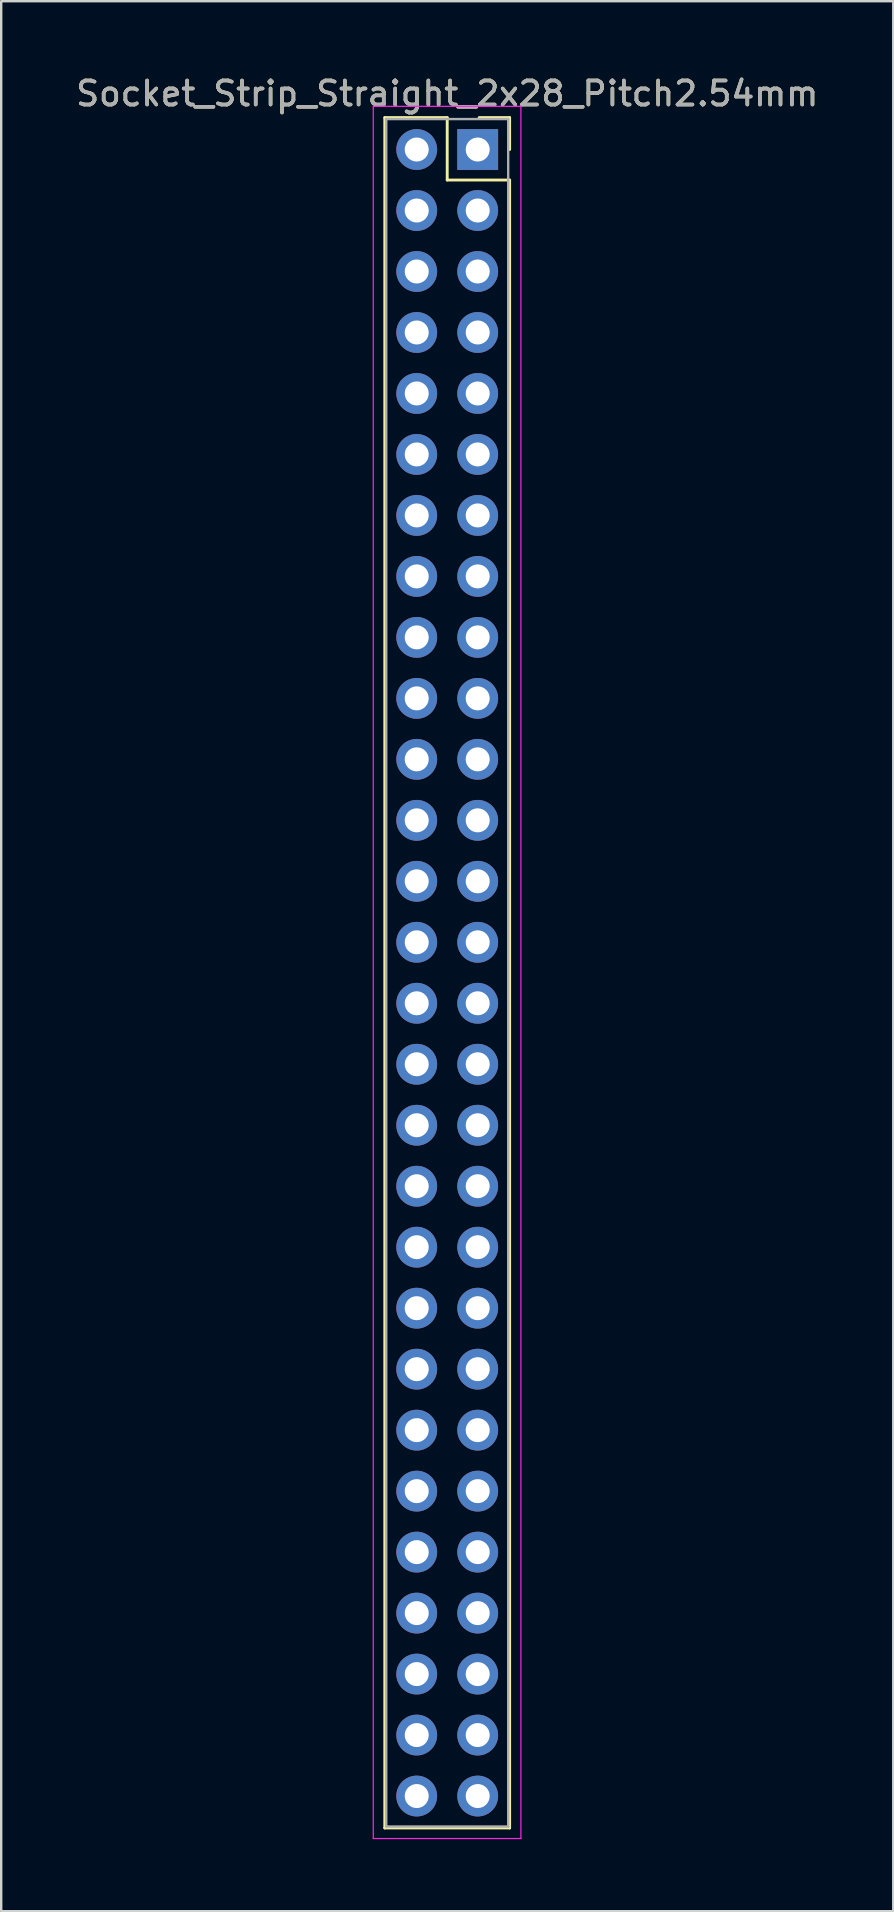
<source format=kicad_pcb>
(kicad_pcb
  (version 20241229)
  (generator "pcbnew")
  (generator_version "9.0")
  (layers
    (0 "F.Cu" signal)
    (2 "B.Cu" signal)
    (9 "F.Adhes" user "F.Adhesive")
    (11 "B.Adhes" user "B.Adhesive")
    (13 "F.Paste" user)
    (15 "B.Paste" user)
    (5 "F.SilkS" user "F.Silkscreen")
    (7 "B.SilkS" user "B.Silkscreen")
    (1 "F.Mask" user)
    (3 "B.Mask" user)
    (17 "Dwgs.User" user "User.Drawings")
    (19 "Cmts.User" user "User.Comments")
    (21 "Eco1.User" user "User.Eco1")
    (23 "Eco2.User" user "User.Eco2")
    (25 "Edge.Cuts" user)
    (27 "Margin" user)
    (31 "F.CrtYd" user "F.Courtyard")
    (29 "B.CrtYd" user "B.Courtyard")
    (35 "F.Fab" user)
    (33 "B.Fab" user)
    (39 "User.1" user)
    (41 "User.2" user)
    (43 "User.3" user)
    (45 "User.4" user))
  (footprint "Socket_Strip_Straight_2x28_Pitch2.54mm"
    (layer "F.Cu")
    (at 16.847 3.178)
    (property "Reference" "Socket_Strip_Straight_2x28_Pitch2.54mm" (at -1.27 -2.33 0) (layer "F.SilkS") (effects (font (size 1 1) (thickness 0.15))))
    (attr through_hole)
    (fp_line (start -3.87 -1.33) (end -1.27 -1.33) (stroke (width 0.12) (type solid)) (layer "F.SilkS"))
    (fp_line (start -3.87 69.91) (end -3.87 -1.33) (stroke (width 0.12) (type solid)) (layer "F.SilkS"))
    (fp_line (start -1.27 -1.33) (end -1.27 1.27) (stroke (width 0.12) (type solid)) (layer "F.SilkS"))
    (fp_line (start -1.27 1.27) (end 1.33 1.27) (stroke (width 0.12) (type solid)) (layer "F.SilkS"))
    (fp_line (start 1.33 -1.33) (end 0.06 -1.33) (stroke (width 0.12) (type solid)) (layer "F.SilkS"))
    (fp_line (start 1.33 0) (end 1.33 -1.33) (stroke (width 0.12) (type solid)) (layer "F.SilkS"))
    (fp_line (start 1.33 1.27) (end 1.33 69.91) (stroke (width 0.12) (type solid)) (layer "F.SilkS"))
    (fp_line (start 1.33 69.91) (end -3.87 69.91) (stroke (width 0.12) (type solid)) (layer "F.SilkS"))
    (fp_line (start -4.35 -1.8) (end -4.35 70.35) (stroke (width 0.05) (type solid)) (layer "F.CrtYd"))
    (fp_line (start -4.35 70.35) (end 1.8 70.35) (stroke (width 0.05) (type solid)) (layer "F.CrtYd"))
    (fp_line (start 1.8 -1.8) (end -4.35 -1.8) (stroke (width 0.05) (type solid)) (layer "F.CrtYd"))
    (fp_line (start 1.8 70.35) (end 1.8 -1.8) (stroke (width 0.05) (type solid)) (layer "F.CrtYd"))
    (fp_line (start -3.81 -1.27) (end -3.81 69.85) (stroke (width 0.1) (type solid)) (layer "F.Fab"))
    (fp_line (start -3.81 69.85) (end 1.27 69.85) (stroke (width 0.1) (type solid)) (layer "F.Fab"))
    (fp_line (start 1.27 -1.27) (end -3.81 -1.27) (stroke (width 0.1) (type solid)) (layer "F.Fab"))
    (fp_line (start 1.27 69.85) (end 1.27 -1.27) (stroke (width 0.1) (type solid)) (layer "F.Fab"))
    (fp_text user "${REFERENCE}" (at -1.27 -2.33 0) (layer "F.Fab") (effects (font (size 1 1) (thickness 0.15))))
    (pad "1" thru_hole rect (at 0 0) (size 1.7 1.7) (drill 1) (layers "*.Cu" "*.Mask"))
    (pad "2" thru_hole oval (at -2.54 0) (size 1.7 1.7) (drill 1) (layers "*.Cu" "*.Mask"))
    (pad "3" thru_hole oval (at 0 2.54) (size 1.7 1.7) (drill 1) (layers "*.Cu" "*.Mask"))
    (pad "4" thru_hole oval (at -2.54 2.54) (size 1.7 1.7) (drill 1) (layers "*.Cu" "*.Mask"))
    (pad "5" thru_hole oval (at 0 5.08) (size 1.7 1.7) (drill 1) (layers "*.Cu" "*.Mask"))
    (pad "6" thru_hole oval (at -2.54 5.08) (size 1.7 1.7) (drill 1) (layers "*.Cu" "*.Mask"))
    (pad "7" thru_hole oval (at 0 7.62) (size 1.7 1.7) (drill 1) (layers "*.Cu" "*.Mask"))
    (pad "8" thru_hole oval (at -2.54 7.62) (size 1.7 1.7) (drill 1) (layers "*.Cu" "*.Mask"))
    (pad "9" thru_hole oval (at 0 10.16) (size 1.7 1.7) (drill 1) (layers "*.Cu" "*.Mask"))
    (pad "10" thru_hole oval (at -2.54 10.16) (size 1.7 1.7) (drill 1) (layers "*.Cu" "*.Mask"))
    (pad "11" thru_hole oval (at 0 12.7) (size 1.7 1.7) (drill 1) (layers "*.Cu" "*.Mask"))
    (pad "12" thru_hole oval (at -2.54 12.7) (size 1.7 1.7) (drill 1) (layers "*.Cu" "*.Mask"))
    (pad "13" thru_hole oval (at 0 15.24) (size 1.7 1.7) (drill 1) (layers "*.Cu" "*.Mask"))
    (pad "14" thru_hole oval (at -2.54 15.24) (size 1.7 1.7) (drill 1) (layers "*.Cu" "*.Mask"))
    (pad "15" thru_hole oval (at 0 17.78) (size 1.7 1.7) (drill 1) (layers "*.Cu" "*.Mask"))
    (pad "16" thru_hole oval (at -2.54 17.78) (size 1.7 1.7) (drill 1) (layers "*.Cu" "*.Mask"))
    (pad "17" thru_hole oval (at 0 20.32) (size 1.7 1.7) (drill 1) (layers "*.Cu" "*.Mask"))
    (pad "18" thru_hole oval (at -2.54 20.32) (size 1.7 1.7) (drill 1) (layers "*.Cu" "*.Mask"))
    (pad "19" thru_hole oval (at 0 22.86) (size 1.7 1.7) (drill 1) (layers "*.Cu" "*.Mask"))
    (pad "20" thru_hole oval (at -2.54 22.86) (size 1.7 1.7) (drill 1) (layers "*.Cu" "*.Mask"))
    (pad "21" thru_hole oval (at 0 25.4) (size 1.7 1.7) (drill 1) (layers "*.Cu" "*.Mask"))
    (pad "22" thru_hole oval (at -2.54 25.4) (size 1.7 1.7) (drill 1) (layers "*.Cu" "*.Mask"))
    (pad "23" thru_hole oval (at 0 27.94) (size 1.7 1.7) (drill 1) (layers "*.Cu" "*.Mask"))
    (pad "24" thru_hole oval (at -2.54 27.94) (size 1.7 1.7) (drill 1) (layers "*.Cu" "*.Mask"))
    (pad "25" thru_hole oval (at 0 30.48) (size 1.7 1.7) (drill 1) (layers "*.Cu" "*.Mask"))
    (pad "26" thru_hole oval (at -2.54 30.48) (size 1.7 1.7) (drill 1) (layers "*.Cu" "*.Mask"))
    (pad "27" thru_hole oval (at 0 33.02) (size 1.7 1.7) (drill 1) (layers "*.Cu" "*.Mask"))
    (pad "28" thru_hole oval (at -2.54 33.02) (size 1.7 1.7) (drill 1) (layers "*.Cu" "*.Mask"))
    (pad "29" thru_hole oval (at 0 35.56) (size 1.7 1.7) (drill 1) (layers "*.Cu" "*.Mask"))
    (pad "30" thru_hole oval (at -2.54 35.56) (size 1.7 1.7) (drill 1) (layers "*.Cu" "*.Mask"))
    (pad "31" thru_hole oval (at 0 38.1) (size 1.7 1.7) (drill 1) (layers "*.Cu" "*.Mask"))
    (pad "32" thru_hole oval (at -2.54 38.1) (size 1.7 1.7) (drill 1) (layers "*.Cu" "*.Mask"))
    (pad "33" thru_hole oval (at 0 40.64) (size 1.7 1.7) (drill 1) (layers "*.Cu" "*.Mask"))
    (pad "34" thru_hole oval (at -2.54 40.64) (size 1.7 1.7) (drill 1) (layers "*.Cu" "*.Mask"))
    (pad "35" thru_hole oval (at 0 43.18) (size 1.7 1.7) (drill 1) (layers "*.Cu" "*.Mask"))
    (pad "36" thru_hole oval (at -2.54 43.18) (size 1.7 1.7) (drill 1) (layers "*.Cu" "*.Mask"))
    (pad "37" thru_hole oval (at 0 45.72) (size 1.7 1.7) (drill 1) (layers "*.Cu" "*.Mask"))
    (pad "38" thru_hole oval (at -2.54 45.72) (size 1.7 1.7) (drill 1) (layers "*.Cu" "*.Mask"))
    (pad "39" thru_hole oval (at 0 48.26) (size 1.7 1.7) (drill 1) (layers "*.Cu" "*.Mask"))
    (pad "40" thru_hole oval (at -2.54 48.26) (size 1.7 1.7) (drill 1) (layers "*.Cu" "*.Mask"))
    (pad "41" thru_hole oval (at 0 50.8) (size 1.7 1.7) (drill 1) (layers "*.Cu" "*.Mask"))
    (pad "42" thru_hole oval (at -2.54 50.8) (size 1.7 1.7) (drill 1) (layers "*.Cu" "*.Mask"))
    (pad "43" thru_hole oval (at 0 53.34) (size 1.7 1.7) (drill 1) (layers "*.Cu" "*.Mask"))
    (pad "44" thru_hole oval (at -2.54 53.34) (size 1.7 1.7) (drill 1) (layers "*.Cu" "*.Mask"))
    (pad "45" thru_hole oval (at 0 55.88) (size 1.7 1.7) (drill 1) (layers "*.Cu" "*.Mask"))
    (pad "46" thru_hole oval (at -2.54 55.88) (size 1.7 1.7) (drill 1) (layers "*.Cu" "*.Mask"))
    (pad "47" thru_hole oval (at 0 58.42) (size 1.7 1.7) (drill 1) (layers "*.Cu" "*.Mask"))
    (pad "48" thru_hole oval (at -2.54 58.42) (size 1.7 1.7) (drill 1) (layers "*.Cu" "*.Mask"))
    (pad "49" thru_hole oval (at 0 60.96) (size 1.7 1.7) (drill 1) (layers "*.Cu" "*.Mask"))
    (pad "50" thru_hole oval (at -2.54 60.96) (size 1.7 1.7) (drill 1) (layers "*.Cu" "*.Mask"))
    (pad "51" thru_hole oval (at 0 63.5) (size 1.7 1.7) (drill 1) (layers "*.Cu" "*.Mask"))
    (pad "52" thru_hole oval (at -2.54 63.5) (size 1.7 1.7) (drill 1) (layers "*.Cu" "*.Mask"))
    (pad "53" thru_hole oval (at 0 66.04) (size 1.7 1.7) (drill 1) (layers "*.Cu" "*.Mask"))
    (pad "54" thru_hole oval (at -2.54 66.04) (size 1.7 1.7) (drill 1) (layers "*.Cu" "*.Mask"))
    (pad "55" thru_hole oval (at 0 68.58) (size 1.7 1.7) (drill 1) (layers "*.Cu" "*.Mask"))
    (pad "56" thru_hole oval (at -2.54 68.58) (size 1.7 1.7) (drill 1) (layers "*.Cu" "*.Mask")))
  (gr_rect
    (start -3 -3)
    (end 34.155 76.553)
    (stroke (width 0.1) (type default))
    (fill no)
    (layer "Edge.Cuts")))
</source>
